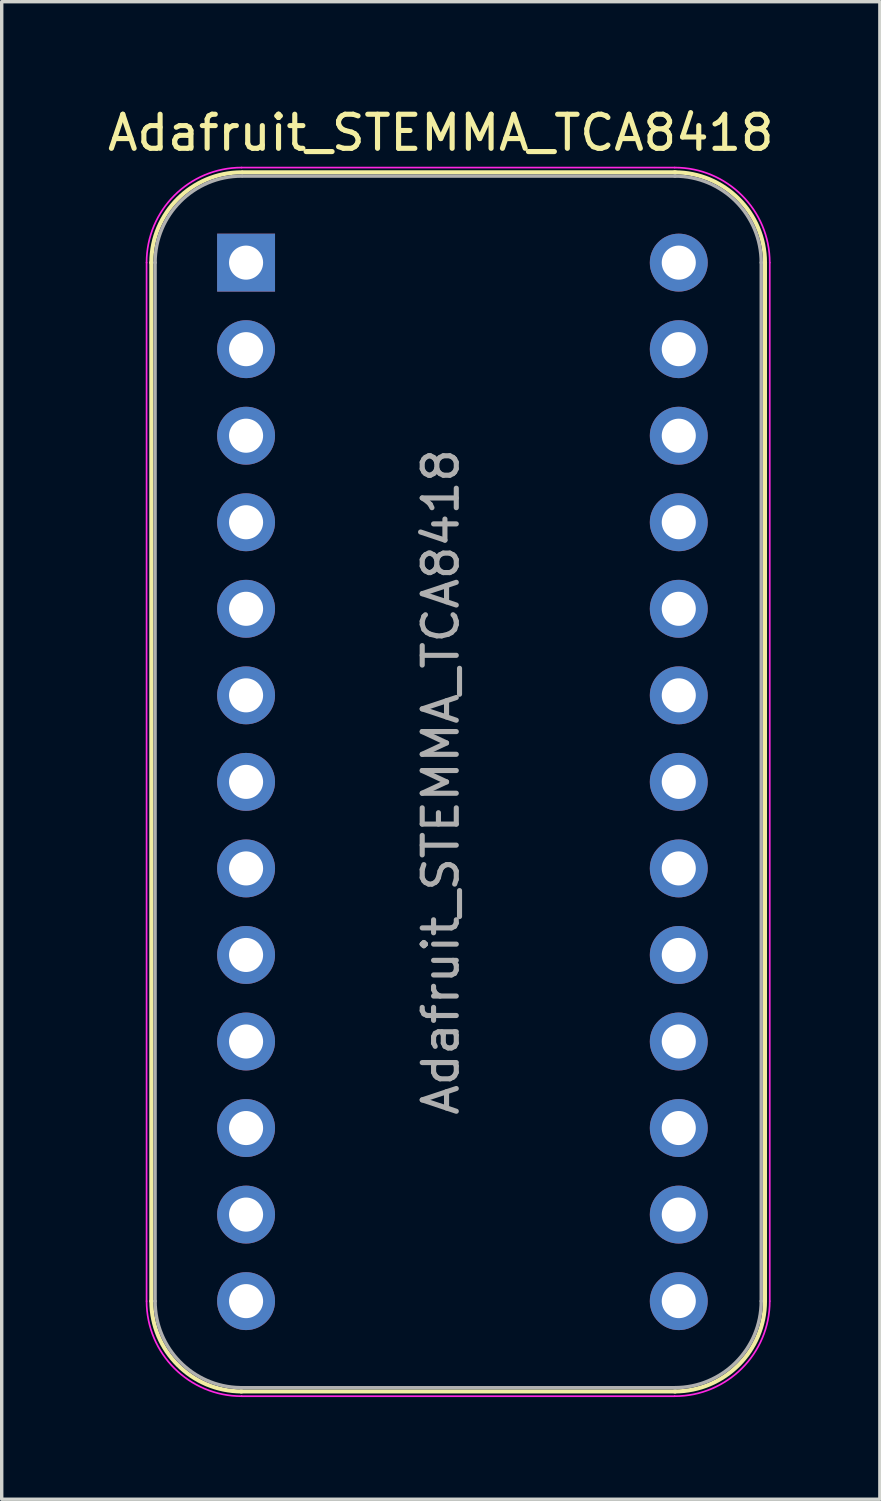
<source format=kicad_pcb>
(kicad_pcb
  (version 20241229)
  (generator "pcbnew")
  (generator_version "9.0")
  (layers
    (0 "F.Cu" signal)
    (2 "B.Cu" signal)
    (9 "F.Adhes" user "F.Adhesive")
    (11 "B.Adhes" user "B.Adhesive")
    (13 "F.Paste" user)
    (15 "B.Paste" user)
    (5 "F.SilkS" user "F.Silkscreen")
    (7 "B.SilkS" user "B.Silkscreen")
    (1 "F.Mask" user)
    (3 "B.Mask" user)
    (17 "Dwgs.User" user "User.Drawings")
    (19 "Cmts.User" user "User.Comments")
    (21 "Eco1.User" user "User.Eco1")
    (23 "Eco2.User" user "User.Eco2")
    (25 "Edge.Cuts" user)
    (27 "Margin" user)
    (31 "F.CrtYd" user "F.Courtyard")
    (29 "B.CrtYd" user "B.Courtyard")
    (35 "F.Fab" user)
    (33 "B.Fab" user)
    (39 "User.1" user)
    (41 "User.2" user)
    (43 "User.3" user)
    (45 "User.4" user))
  (footprint "Adafruit_STEMMA_TCA8418"
    (layer "F.Cu")
    (at 10.522 19.898)
    (property "Reference" "Adafruit_STEMMA_TCA8418" (at -0.635 -19.05 0) (layer "F.SilkS") (effects (font (size 1 1) (thickness 0.15))))
    (attr through_hole)
    (fp_line (start -9.13 -15.24) (end -9.13 15.24) (stroke (width 0.12) (type solid)) (layer "F.SilkS"))
    (fp_line (start 6.25 -17.89) (end -6.45 -17.89) (stroke (width 0.12) (type solid)) (layer "F.SilkS"))
    (fp_line (start 6.25 17.89) (end -6.5 17.89) (stroke (width 0.12) (type solid)) (layer "F.SilkS"))
    (fp_line (start 8.88 -15.24) (end 8.88 15.24) (stroke (width 0.12) (type solid)) (layer "F.SilkS"))
    (fp_arc (start -9.13 -15.24) (mid -8.353833 -17.113833) (end -6.48 -17.89) (stroke (width 0.12) (type solid)) (layer "F.SilkS"))
    (fp_arc (start -6.48 17.89) (mid -8.353833 17.113833) (end -9.13 15.24) (stroke (width 0.12) (type solid)) (layer "F.SilkS"))
    (fp_arc (start 6.23 -17.89) (mid 8.103833 -17.113833) (end 8.88 -15.24) (stroke (width 0.12) (type solid)) (layer "F.SilkS"))
    (fp_arc (start 8.88 15.24) (mid 8.103833 17.113833) (end 6.23 17.89) (stroke (width 0.12) (type solid)) (layer "F.SilkS"))
    (fp_line (start -9.27 15.24) (end -9.27 -15.24) (stroke (width 0.05) (type solid)) (layer "F.CrtYd"))
    (fp_line (start 6.23 -18.03) (end -6.48 -18.03) (stroke (width 0.05) (type solid)) (layer "F.CrtYd"))
    (fp_line (start 6.23 18.03) (end -6.48 18.03) (stroke (width 0.05) (type solid)) (layer "F.CrtYd"))
    (fp_line (start 9.02 15.24) (end 9.02 -15.24) (stroke (width 0.05) (type solid)) (layer "F.CrtYd"))
    (fp_arc (start -9.27 -15.24) (mid -8.452828 -17.212828) (end -6.48 -18.03) (stroke (width 0.05) (type solid)) (layer "F.CrtYd"))
    (fp_arc (start -6.48 18.03) (mid -8.452828 17.212828) (end -9.27 15.24) (stroke (width 0.05) (type solid)) (layer "F.CrtYd"))
    (fp_arc (start 6.23 -18.03) (mid 8.202828 -17.212828) (end 9.02 -15.24) (stroke (width 0.05) (type solid)) (layer "F.CrtYd"))
    (fp_arc (start 9.02 15.24) (mid 8.202828 17.212828) (end 6.23 18.03) (stroke (width 0.05) (type solid)) (layer "F.CrtYd"))
    (fp_line (start -9.02 -15.24) (end -9.02 15.24) (stroke (width 0.1) (type solid)) (layer "F.Fab"))
    (fp_line (start -6.5 17.78) (end 6.25 17.78) (stroke (width 0.1) (type solid)) (layer "F.Fab"))
    (fp_line (start 6.25 -17.78) (end -6.45 -17.78) (stroke (width 0.1) (type solid)) (layer "F.Fab"))
    (fp_line (start 8.77 15.24) (end 8.77 -15.24) (stroke (width 0.1) (type solid)) (layer "F.Fab"))
    (fp_arc (start -9.02 -15.24) (mid -8.276051 -17.036051) (end -6.48 -17.78) (stroke (width 0.1) (type solid)) (layer "F.Fab"))
    (fp_arc (start -6.528762 17.779532) (mid -8.293209 17.018728) (end -9.02 15.24) (stroke (width 0.1) (type solid)) (layer "F.Fab"))
    (fp_arc (start 6.23 -17.78) (mid 8.026051 -17.036051) (end 8.77 -15.24) (stroke (width 0.1) (type solid)) (layer "F.Fab"))
    (fp_arc (start 8.77 15.24) (mid 8.026051 17.036051) (end 6.23 17.78) (stroke (width 0.1) (type solid)) (layer "F.Fab"))
    (fp_text user "${REFERENCE}" (at -0.635 0 270) (layer "F.Fab") (effects (font (size 1 1) (thickness 0.15))))
    (pad "1" thru_hole rect (at -6.35 -15.24) (size 1.7 1.7) (drill 1) (layers "*.Cu" "*.Mask"))
    (pad "2" thru_hole oval (at -6.35 -12.7) (size 1.7 1.7) (drill 1) (layers "*.Cu" "*.Mask"))
    (pad "3" thru_hole oval (at -6.35 -10.16) (size 1.7 1.7) (drill 1) (layers "*.Cu" "*.Mask"))
    (pad "4" thru_hole oval (at -6.35 -7.62) (size 1.7 1.7) (drill 1) (layers "*.Cu" "*.Mask"))
    (pad "5" thru_hole oval (at -6.35 -5.08) (size 1.7 1.7) (drill 1) (layers "*.Cu" "*.Mask"))
    (pad "6" thru_hole oval (at -6.35 -2.54) (size 1.7 1.7) (drill 1) (layers "*.Cu" "*.Mask"))
    (pad "7" thru_hole oval (at -6.35 0) (size 1.7 1.7) (drill 1) (layers "*.Cu" "*.Mask"))
    (pad "8" thru_hole oval (at -6.35 2.54) (size 1.7 1.7) (drill 1) (layers "*.Cu" "*.Mask"))
    (pad "9" thru_hole oval (at -6.35 5.08) (size 1.7 1.7) (drill 1) (layers "*.Cu" "*.Mask"))
    (pad "10" thru_hole oval (at -6.35 7.62) (size 1.7 1.7) (drill 1) (layers "*.Cu" "*.Mask"))
    (pad "11" thru_hole oval (at -6.35 10.16) (size 1.7 1.7) (drill 1) (layers "*.Cu" "*.Mask"))
    (pad "12" thru_hole oval (at -6.35 12.7) (size 1.7 1.7) (drill 1) (layers "*.Cu" "*.Mask"))
    (pad "13" thru_hole oval (at -6.35 15.24) (size 1.7 1.7) (drill 1) (layers "*.Cu" "*.Mask"))
    (pad "14" thru_hole oval (at 6.35 15.24) (size 1.7 1.7) (drill 1) (layers "*.Cu" "*.Mask"))
    (pad "15" thru_hole oval (at 6.35 12.7) (size 1.7 1.7) (drill 1) (layers "*.Cu" "*.Mask"))
    (pad "16" thru_hole oval (at 6.35 10.16) (size 1.7 1.7) (drill 1) (layers "*.Cu" "*.Mask"))
    (pad "17" thru_hole oval (at 6.35 7.62) (size 1.7 1.7) (drill 1) (layers "*.Cu" "*.Mask"))
    (pad "18" thru_hole oval (at 6.35 5.08) (size 1.7 1.7) (drill 1) (layers "*.Cu" "*.Mask"))
    (pad "19" thru_hole oval (at 6.35 2.54) (size 1.7 1.7) (drill 1) (layers "*.Cu" "*.Mask"))
    (pad "20" thru_hole oval (at 6.35 0) (size 1.7 1.7) (drill 1) (layers "*.Cu" "*.Mask"))
    (pad "21" thru_hole oval (at 6.35 -2.54) (size 1.7 1.7) (drill 1) (layers "*.Cu" "*.Mask"))
    (pad "22" thru_hole oval (at 6.35 -5.08) (size 1.7 1.7) (drill 1) (layers "*.Cu" "*.Mask"))
    (pad "23" thru_hole oval (at 6.35 -7.62) (size 1.7 1.7) (drill 1) (layers "*.Cu" "*.Mask"))
    (pad "24" thru_hole oval (at 6.35 -10.16) (size 1.7 1.7) (drill 1) (layers "*.Cu" "*.Mask"))
    (pad "25" thru_hole oval (at 6.35 -12.7) (size 1.7 1.7) (drill 1) (layers "*.Cu" "*.Mask"))
    (pad "26" thru_hole oval (at 6.35 -15.24) (size 1.7 1.7) (drill 1) (layers "*.Cu" "*.Mask")))
  (gr_rect
    (start -3 -3)
    (end 22.774 40.953)
    (stroke (width 0.1) (type default))
    (fill no)
    (layer "Edge.Cuts")))
</source>
